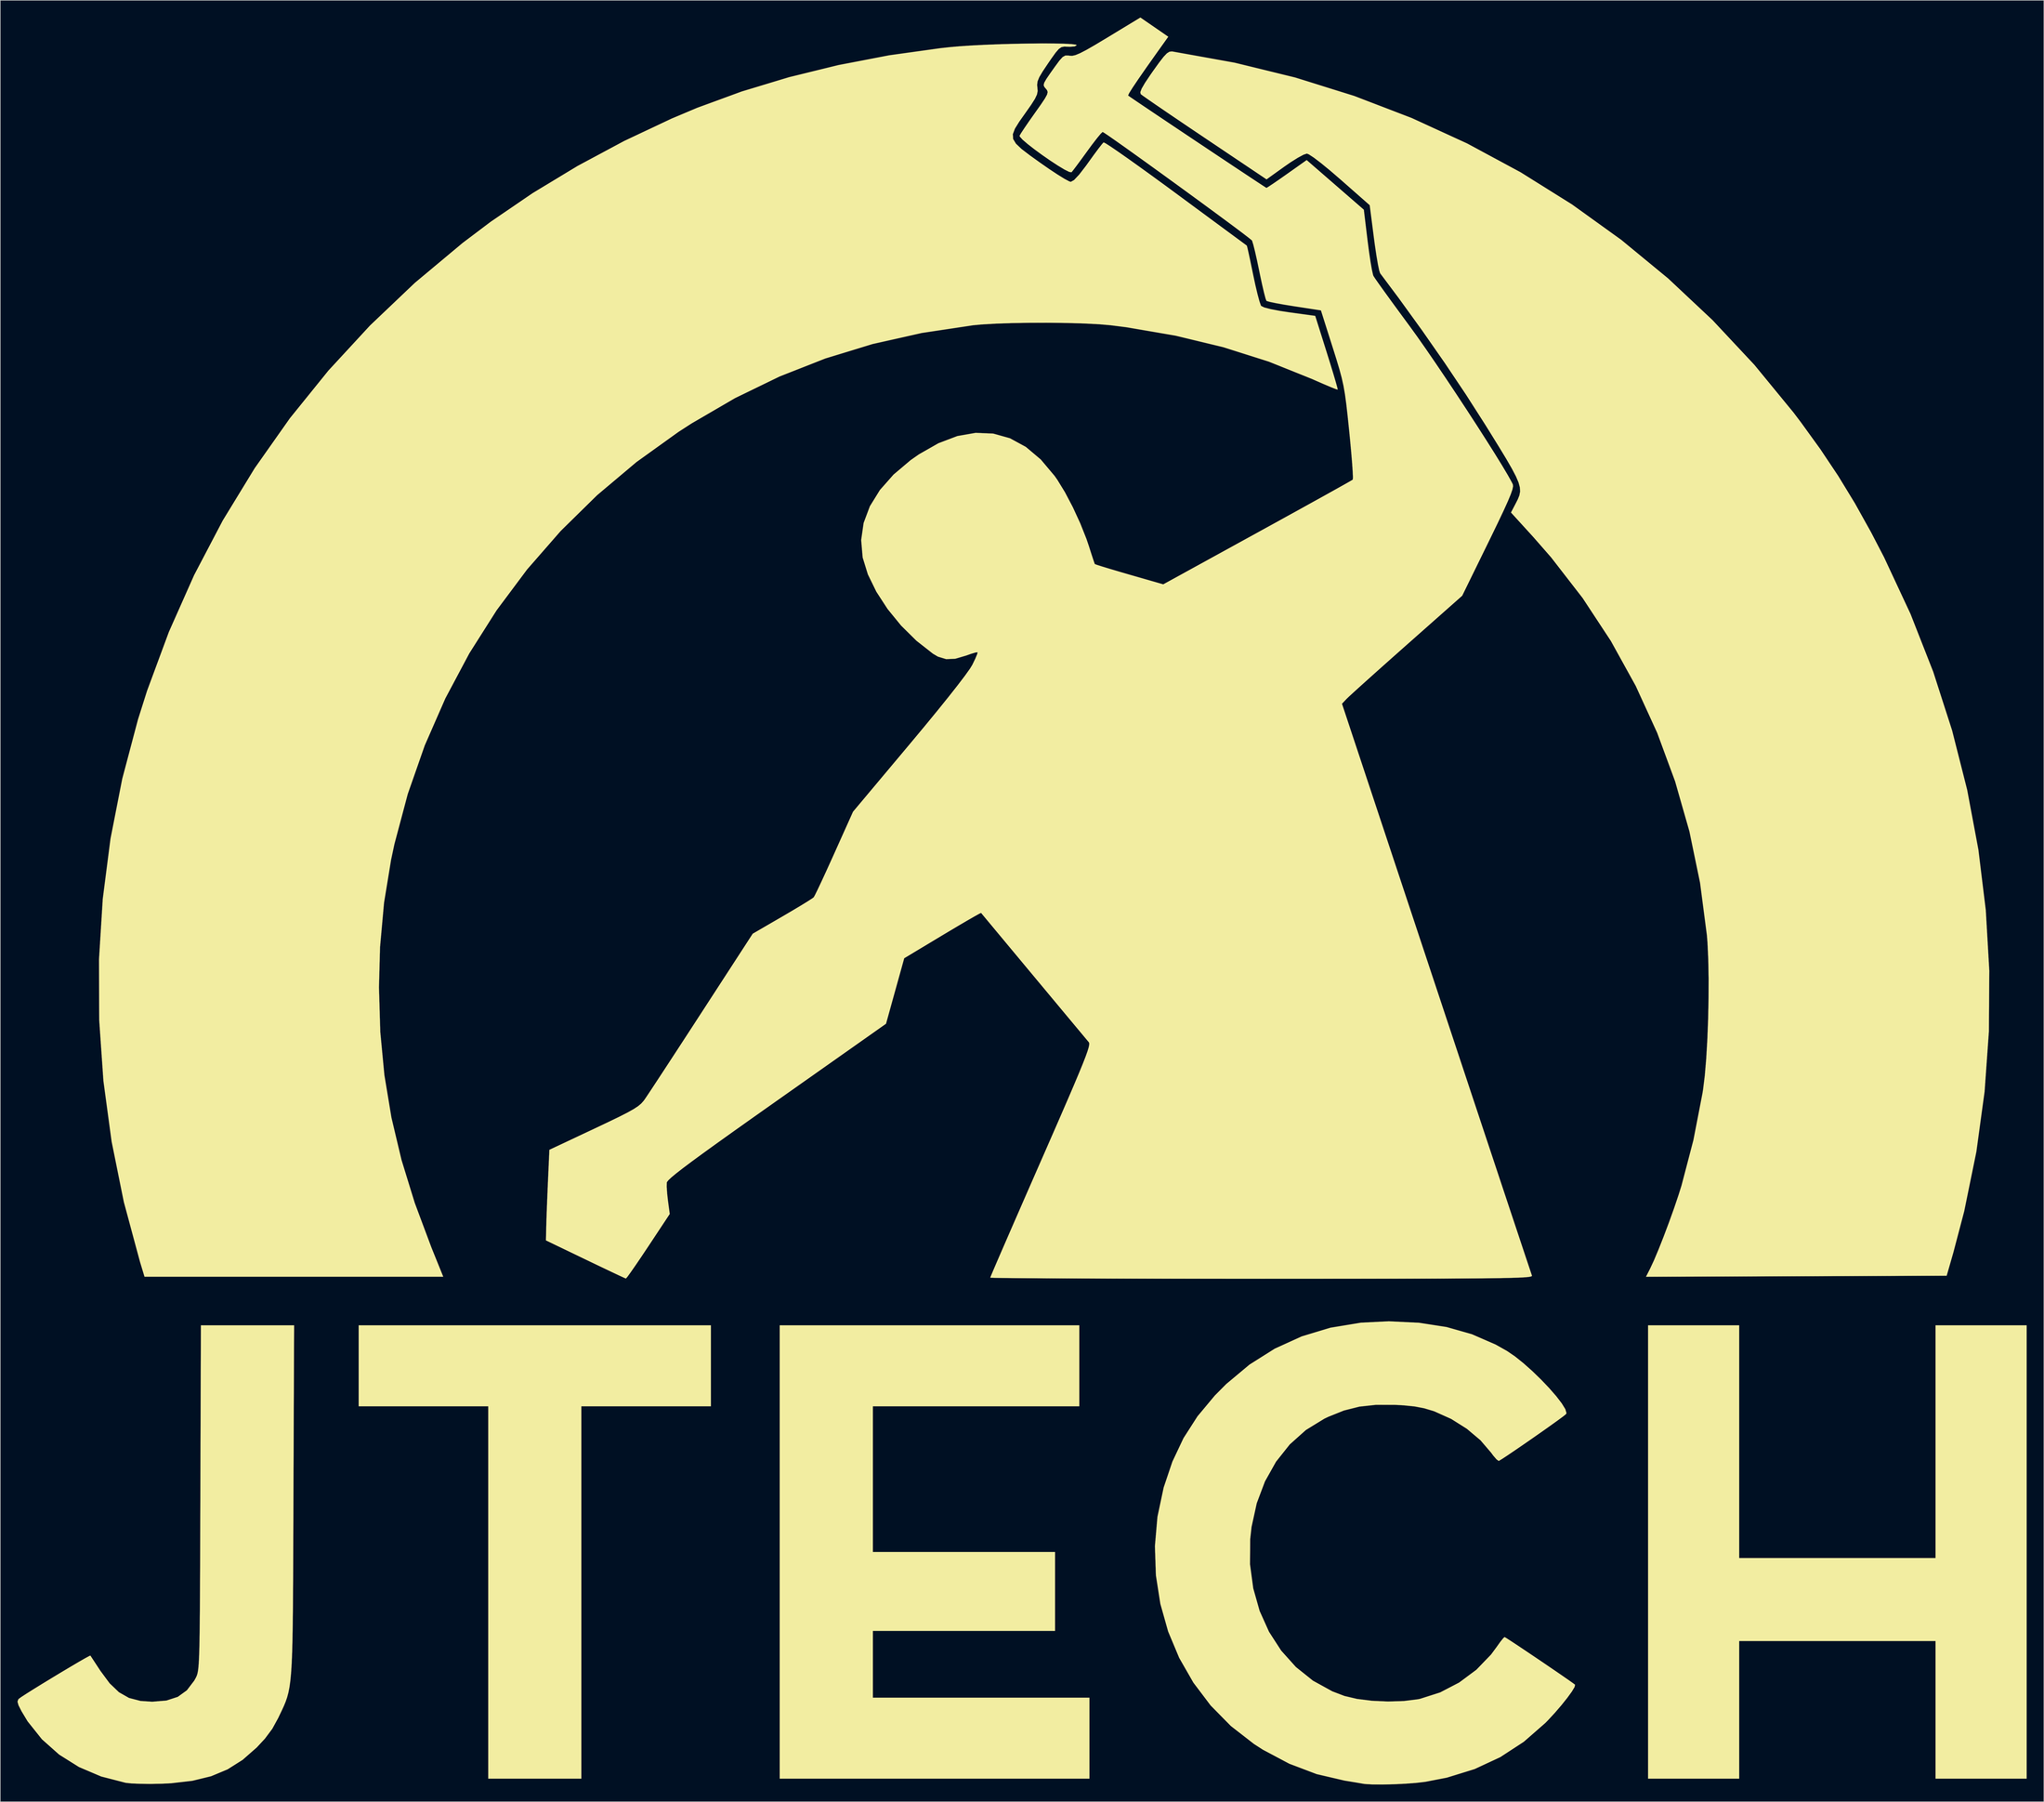
<source format=kicad_pcb>
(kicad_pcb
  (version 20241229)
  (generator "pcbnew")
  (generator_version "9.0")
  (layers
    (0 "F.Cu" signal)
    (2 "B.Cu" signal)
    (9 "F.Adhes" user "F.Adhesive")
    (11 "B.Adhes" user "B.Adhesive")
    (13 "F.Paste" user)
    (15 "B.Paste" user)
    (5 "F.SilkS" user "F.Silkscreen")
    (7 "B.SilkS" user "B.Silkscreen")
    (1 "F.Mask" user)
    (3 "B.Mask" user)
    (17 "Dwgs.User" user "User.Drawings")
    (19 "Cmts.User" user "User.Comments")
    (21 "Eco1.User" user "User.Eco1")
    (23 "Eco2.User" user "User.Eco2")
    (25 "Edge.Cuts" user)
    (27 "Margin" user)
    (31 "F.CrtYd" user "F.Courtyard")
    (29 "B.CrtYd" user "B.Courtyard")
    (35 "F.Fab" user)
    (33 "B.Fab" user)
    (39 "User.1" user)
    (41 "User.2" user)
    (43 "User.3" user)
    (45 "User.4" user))
  (footprint "LOGO"
    (layer "F.Cu")
    (at 176.941 154.592)
    (property "Reference" "LOGO" (at 0 0 0) (layer "F.SilkS") (effects (font (size 1.524 1.524) (thickness 0.3))))
    (attr through_hole)
    (fp_poly (pts (xy -56.092 87.489) (xy -78.669 87.489) (xy -78.669 152.4) (xy -94.897 152.4) (xy -94.897 87.489) (xy -117.475 87.489) (xy -117.475 73.378) (xy -56.092 73.378) (xy -56.092 87.489)) (stroke (width 0.01) (type solid)) (fill yes) (layer "F.SilkS"))
    (fp_poly (pts (xy 8.114 87.489) (xy -27.869 87.489) (xy -27.869 112.889) (xy 3.881 112.889) (xy 3.881 126.647) (xy -27.869 126.647) (xy -27.869 138.289) (xy 9.878 138.289) (xy 9.878 152.4) (xy -44.097 152.4) (xy -44.097 73.378) (xy 8.114 73.378) (xy 8.114 87.489)) (stroke (width 0.01) (type solid)) (fill yes) (layer "F.SilkS"))
    (fp_poly (pts (xy 123.119 113.947) (xy 157.339 113.947) (xy 157.339 73.378) (xy 173.214 73.378) (xy 173.214 152.4) (xy 157.339 152.4) (xy 157.339 128.411) (xy 123.119 128.411) (xy 123.119 152.4) (xy 107.244 152.4) (xy 107.244 73.378) (xy 123.119 73.378) (xy 123.119 113.947)) (stroke (width 0.01) (type solid)) (fill yes) (layer "F.SilkS"))
    (fp_poly (pts (xy -128.851 103.981) (xy -128.871 109.485) (xy -128.89 114.333) (xy -128.91 118.572) (xy -128.935 122.251) (xy -128.969 125.421) (xy -129.014 128.128) (xy -129.075 130.421) (xy -129.155 132.351) (xy -129.257 133.964) (xy -129.384 135.311) (xy -129.54 136.438) (xy -129.729 137.397) (xy -129.953 138.234) (xy -130.217 138.999) (xy -130.523 139.74) (xy -130.875 140.507) (xy -131.277 141.347) (xy -131.5 141.817) (xy -132.53 143.696) (xy -133.817 145.425) (xy -135.255 146.971) (xy -137.703 149.116) (xy -140.319 150.772) (xy -143.208 151.979) (xy -146.477 152.777) (xy -150.23 153.206) (xy -151.871 153.283) (xy -153.772 153.314) (xy -155.576 153.295) (xy -157.082 153.23) (xy -158.09 153.125) (xy -158.104 153.122) (xy -162.354 152.024) (xy -166.229 150.374) (xy -169.685 148.203) (xy -172.681 145.539) (xy -175.174 142.413) (xy -176.243 140.64) (xy -176.763 139.608) (xy -176.936 138.984) (xy -176.801 138.585) (xy -176.694 138.471) (xy -176.257 138.155) (xy -175.354 137.568) (xy -174.096 136.778) (xy -172.591 135.848) (xy -170.946 134.846) (xy -169.272 133.835) (xy -167.676 132.883) (xy -166.267 132.054) (xy -165.154 131.415) (xy -164.444 131.03) (xy -164.241 130.949) (xy -164.027 131.273) (xy -163.519 132.045) (xy -162.811 133.124) (xy -162.486 133.62) (xy -160.88 135.789) (xy -159.264 137.336) (xy -157.512 138.335) (xy -155.499 138.862) (xy -153.458 138.994) (xy -150.986 138.79) (xy -149.006 138.144) (xy -147.424 137.005) (xy -146.144 135.322) (xy -145.927 134.938) (xy -145.794 134.681) (xy -145.676 134.41) (xy -145.575 134.079) (xy -145.487 133.641) (xy -145.412 133.05) (xy -145.348 132.26) (xy -145.295 131.225) (xy -145.25 129.898) (xy -145.214 128.233) (xy -145.184 126.185) (xy -145.159 123.707) (xy -145.138 120.752) (xy -145.12 117.275) (xy -145.104 113.229) (xy -145.087 108.569) (xy -145.07 103.452) (xy -144.973 73.378) (xy -128.735 73.378) (xy -128.851 103.981)) (stroke (width 0.01) (type solid)) (fill yes) (layer "F.SilkS"))
    (fp_poly (pts (xy 24.342 -148.663) (xy 35.17 -146.716) (xy 45.742 -144.128) (xy 56.035 -140.91) (xy 66.028 -137.075) (xy 75.7 -132.637) (xy 85.028 -127.607) (xy 93.992 -121.999) (xy 102.57 -115.826) (xy 110.74 -109.099) (xy 118.48 -101.832) (xy 125.77 -94.038) (xy 132.587 -85.729) (xy 133.842 -84.074) (xy 137.273 -79.329) (xy 140.377 -74.68) (xy 143.281 -69.92) (xy 146.112 -64.842) (xy 148.366 -60.501) (xy 152.981 -50.612) (xy 156.936 -40.537) (xy 160.228 -30.307) (xy 162.854 -19.953) (xy 164.811 -9.504) (xy 166.096 1.01) (xy 166.706 11.558) (xy 166.638 22.11) (xy 165.889 32.637) (xy 164.456 43.108) (xy 162.336 53.492) (xy 160.446 60.678) (xy 159.279 64.735) (xy 133.077 64.825) (xy 106.875 64.916) (xy 107.606 63.483) (xy 108.266 62.067) (xy 109.075 60.143) (xy 109.97 57.876) (xy 110.89 55.432) (xy 111.771 52.975) (xy 112.551 50.671) (xy 113.07 49.021) (xy 115.146 41.096) (xy 116.732 32.894) (xy 116.829 32.279) (xy 117.128 29.875) (xy 117.377 26.925) (xy 117.572 23.59) (xy 117.709 20.029) (xy 117.785 16.4) (xy 117.794 12.863) (xy 117.734 9.578) (xy 117.601 6.702) (xy 117.498 5.386) (xy 116.302 -3.762) (xy 114.449 -12.715) (xy 111.954 -21.439) (xy 108.831 -29.903) (xy 105.094 -38.072) (xy 100.757 -45.915) (xy 95.836 -53.396) (xy 90.344 -60.485) (xy 87.226 -64.05) (xy 83.349 -68.304) (xy 84.168 -69.871) (xy 84.546 -70.618) (xy 84.813 -71.287) (xy 84.941 -71.948) (xy 84.902 -72.674) (xy 84.668 -73.537) (xy 84.211 -74.609) (xy 83.504 -75.961) (xy 82.519 -77.667) (xy 81.228 -79.796) (xy 79.602 -82.423) (xy 78.822 -83.677) (xy 75.508 -88.857) (xy 71.815 -94.369) (xy 67.861 -100.042) (xy 63.764 -105.707) (xy 60.548 -110.007) (xy 60.384 -110.502) (xy 60.162 -111.569) (xy 59.903 -113.078) (xy 59.631 -114.9) (xy 59.46 -116.177) (xy 58.728 -121.877) (xy 53.618 -126.372) (xy 51.804 -127.933) (xy 50.236 -129.217) (xy 48.984 -130.17) (xy 48.12 -130.736) (xy 47.766 -130.873) (xy 47.187 -130.678) (xy 46.196 -130.144) (xy 44.945 -129.359) (xy 43.886 -128.629) (xy 40.746 -126.377) (xy 29.986 -133.601) (xy 27.519 -135.261) (xy 25.229 -136.809) (xy 23.184 -138.197) (xy 21.453 -139.381) (xy 20.104 -140.312) (xy 19.204 -140.944) (xy 18.822 -141.232) (xy 18.822 -141.233) (xy 18.749 -141.566) (xy 18.983 -142.193) (xy 19.563 -143.191) (xy 20.531 -144.635) (xy 20.938 -145.217) (xy 22.023 -146.73) (xy 22.808 -147.742) (xy 23.381 -148.344) (xy 23.832 -148.625) (xy 24.249 -148.674) (xy 24.342 -148.663)) (stroke (width 0.01) (type solid)) (fill yes) (layer "F.SilkS"))
    (fp_poly (pts (xy 67.309 72.931) (xy 72.121 73.679) (xy 76.55 74.94) (xy 80.664 76.732) (xy 82.667 77.857) (xy 84.032 78.791) (xy 85.528 79.989) (xy 87.075 81.367) (xy 88.595 82.84) (xy 90.007 84.324) (xy 91.235 85.734) (xy 92.197 86.985) (xy 92.817 87.993) (xy 93.015 88.673) (xy 92.932 88.863) (xy 92.428 89.265) (xy 91.489 89.957) (xy 90.225 90.865) (xy 88.742 91.914) (xy 87.147 93.03) (xy 85.549 94.137) (xy 84.055 95.161) (xy 82.773 96.027) (xy 81.81 96.66) (xy 81.273 96.986) (xy 81.204 97.014) (xy 80.832 96.747) (xy 80.246 96.069) (xy 79.9 95.597) (xy 78.045 93.425) (xy 75.662 91.415) (xy 72.928 89.693) (xy 70.018 88.388) (xy 69.808 88.314) (xy 68.213 87.837) (xy 66.564 87.519) (xy 64.613 87.321) (xy 63.147 87.241) (xy 59.83 87.233) (xy 56.935 87.548) (xy 54.237 88.228) (xy 51.51 89.319) (xy 50.812 89.654) (xy 47.612 91.617) (xy 44.796 94.134) (xy 42.403 97.143) (xy 40.47 100.584) (xy 39.034 104.395) (xy 38.132 108.516) (xy 37.892 110.683) (xy 37.864 115.046) (xy 38.425 119.227) (xy 39.541 123.166) (xy 41.176 126.804) (xy 43.295 130.083) (xy 45.862 132.944) (xy 48.843 135.329) (xy 52.202 137.18) (xy 54.328 137.991) (xy 56.507 138.506) (xy 59.12 138.832) (xy 61.919 138.958) (xy 64.657 138.875) (xy 67.085 138.574) (xy 67.527 138.483) (xy 71.007 137.368) (xy 74.315 135.649) (xy 77.314 133.422) (xy 79.866 130.778) (xy 80.829 129.48) (xy 81.492 128.548) (xy 82.006 127.908) (xy 82.227 127.715) (xy 82.549 127.901) (xy 83.346 128.415) (xy 84.513 129.186) (xy 85.946 130.143) (xy 87.537 131.214) (xy 89.183 132.327) (xy 90.776 133.412) (xy 92.213 134.398) (xy 93.387 135.211) (xy 94.192 135.782) (xy 94.515 136.029) (xy 94.439 136.415) (xy 93.965 137.205) (xy 93.178 138.291) (xy 92.165 139.561) (xy 91.01 140.907) (xy 89.798 142.219) (xy 89.333 142.693) (xy 85.587 145.967) (xy 81.49 148.641) (xy 77.025 150.723) (xy 72.169 152.225) (xy 68.44 152.949) (xy 66.865 153.134) (xy 64.969 153.278) (xy 62.938 153.375) (xy 60.961 153.42) (xy 59.224 153.408) (xy 57.915 153.332) (xy 57.503 153.273) (xy 56.912 153.168) (xy 55.841 152.989) (xy 54.509 152.77) (xy 54.328 152.741) (xy 49.486 151.608) (xy 44.725 149.805) (xy 40.132 147.367) (xy 38.546 146.346) (xy 34.527 143.222) (xy 31.006 139.642) (xy 27.999 135.663) (xy 25.525 131.346) (xy 23.601 126.75) (xy 22.242 121.934) (xy 21.468 116.957) (xy 21.294 111.879) (xy 21.737 106.76) (xy 22.816 101.657) (xy 24.341 97.137) (xy 26.28 93.037) (xy 28.715 89.239) (xy 31.729 85.626) (xy 33.733 83.608) (xy 37.786 80.22) (xy 42.173 77.452) (xy 46.879 75.308) (xy 51.887 73.795) (xy 57.183 72.919) (xy 62.047 72.679) (xy 67.309 72.931)) (stroke (width 0.01) (type solid)) (fill yes) (layer "F.SilkS"))
    (fp_poly (pts (xy 3.752 -150.058) (xy 5.482 -150.019) (xy 6.769 -149.95) (xy 7.518 -149.848) (xy 7.668 -149.754) (xy 7.301 -149.555) (xy 6.484 -149.487) (xy 6.156 -149.5) (xy 5.504 -149.526) (xy 5.006 -149.431) (xy 4.542 -149.114) (xy 3.989 -148.473) (xy 3.226 -147.408) (xy 2.669 -146.598) (xy 1.724 -145.186) (xy 1.135 -144.188) (xy 0.837 -143.454) (xy 0.762 -142.832) (xy 0.809 -142.374) (xy 0.855 -141.768) (xy 0.735 -141.164) (xy 0.383 -140.42) (xy -0.267 -139.395) (xy -1.26 -137.98) (xy -2.359 -136.426) (xy -3.107 -135.221) (xy -3.471 -134.254) (xy -3.421 -133.413) (xy -2.923 -132.586) (xy -1.946 -131.662) (xy -0.459 -130.527) (xy 1.214 -129.327) (xy 2.846 -128.19) (xy 4.319 -127.215) (xy 5.522 -126.473) (xy 6.344 -126.033) (xy 6.627 -125.942) (xy 7.196 -126.255) (xy 8.084 -127.193) (xy 9.286 -128.753) (xy 9.669 -129.286) (xy 10.631 -130.624) (xy 11.462 -131.741) (xy 12.068 -132.516) (xy 12.349 -132.822) (xy 12.688 -132.659) (xy 13.534 -132.117) (xy 14.827 -131.236) (xy 16.507 -130.06) (xy 18.515 -128.629) (xy 20.792 -126.985) (xy 23.278 -125.172) (xy 24.938 -123.951) (xy 27.52 -122.046) (xy 29.922 -120.274) (xy 32.085 -118.678) (xy 33.951 -117.302) (xy 35.461 -116.189) (xy 36.558 -115.381) (xy 37.182 -114.921) (xy 37.306 -114.83) (xy 37.403 -114.483) (xy 37.611 -113.567) (xy 37.903 -112.207) (xy 38.251 -110.527) (xy 38.403 -109.781) (xy 38.791 -107.96) (xy 39.17 -106.366) (xy 39.502 -105.137) (xy 39.753 -104.414) (xy 39.816 -104.304) (xy 40.344 -104.045) (xy 41.477 -103.75) (xy 43.116 -103.441) (xy 44.724 -103.198) (xy 49.227 -102.58) (xy 51.238 -96.2) (xy 51.86 -94.204) (xy 52.394 -92.453) (xy 52.807 -91.053) (xy 53.07 -90.108) (xy 53.151 -89.724) (xy 53.15 -89.721) (xy 52.81 -89.821) (xy 51.949 -90.163) (xy 50.685 -90.697) (xy 49.138 -91.375) (xy 48.662 -91.587) (xy 41.164 -94.595) (xy 33.223 -97.115) (xy 24.926 -99.122) (xy 16.363 -100.595) (xy 13.582 -100.949) (xy 11.542 -101.126) (xy 8.96 -101.257) (xy 5.995 -101.343) (xy 2.81 -101.383) (xy -0.436 -101.377) (xy -3.581 -101.326) (xy -6.466 -101.228) (xy -8.927 -101.086) (xy -10.407 -100.948) (xy -19.351 -99.597) (xy -27.914 -97.673) (xy -36.152 -95.153) (xy -44.12 -92.019) (xy -51.875 -88.251) (xy -59.473 -83.826) (xy -61.736 -82.364) (xy -69.061 -77.105) (xy -75.915 -71.335) (xy -82.276 -65.084) (xy -88.124 -58.384) (xy -93.437 -51.266) (xy -98.195 -43.761) (xy -102.377 -35.901) (xy -105.961 -27.716) (xy -108.926 -19.239) (xy -111.252 -10.501) (xy -111.837 -7.761) (xy -113.059 -0.283) (xy -113.756 7.437) (xy -113.947 14.464) (xy -113.714 22.24) (xy -112.998 29.764) (xy -111.775 37.158) (xy -110.02 44.544) (xy -107.708 52.046) (xy -104.815 59.785) (xy -104.801 59.82) (xy -102.742 64.911) (xy -154.801 64.911) (xy -155.579 62.353) (xy -158.404 51.883) (xy -160.533 41.352) (xy -161.964 30.782) (xy -162.699 20.194) (xy -162.737 9.611) (xy -162.08 -0.946) (xy -160.726 -11.457) (xy -158.677 -21.899) (xy -155.933 -32.25) (xy -154.356 -37.218) (xy -150.556 -47.487) (xy -146.158 -57.386) (xy -141.169 -66.903) (xy -135.6 -76.026) (xy -129.459 -84.742) (xy -122.755 -93.04) (xy -115.497 -100.906) (xy -107.694 -108.329) (xy -99.355 -115.296) (xy -94.447 -119) (xy -87.147 -123.984) (xy -79.34 -128.707) (xy -71.205 -133.07) (xy -62.922 -136.975) (xy -58.471 -138.85) (xy -50.711 -141.696) (xy -42.458 -144.191) (xy -33.847 -146.303) (xy -25.013 -148) (xy -16.095 -149.247) (xy -14.464 -149.425) (xy -12.661 -149.582) (xy -10.53 -149.72) (xy -8.167 -149.837) (xy -5.669 -149.932) (xy -3.132 -150.002) (xy -0.651 -150.048) (xy 1.675 -150.067) (xy 3.752 -150.058)) (stroke (width 0.01) (type solid)) (fill yes) (layer "F.SilkS"))
    (fp_poly (pts (xy 21.189 -152.914) (xy 23.617 -151.24) (xy 21.704 -148.557) (xy 19.854 -145.944) (xy 18.417 -143.877) (xy 17.397 -142.36) (xy 16.796 -141.397) (xy 16.616 -140.992) (xy 16.623 -140.981) (xy 17.034 -140.693) (xy 17.941 -140.075) (xy 19.268 -139.178) (xy 20.942 -138.053) (xy 22.885 -136.748) (xy 25.024 -135.316) (xy 27.283 -133.805) (xy 29.587 -132.266) (xy 31.862 -130.748) (xy 34.031 -129.303) (xy 36.02 -127.981) (xy 37.754 -126.83) (xy 39.158 -125.902) (xy 40.156 -125.247) (xy 40.673 -124.915) (xy 40.729 -124.883) (xy 41.06 -125.075) (xy 41.848 -125.597) (xy 42.973 -126.37) (xy 44.312 -127.309) (xy 47.74 -129.735) (xy 52.721 -125.412) (xy 57.701 -121.088) (xy 58.356 -115.666) (xy 58.607 -113.736) (xy 58.862 -112.014) (xy 59.1 -110.64) (xy 59.297 -109.757) (xy 59.372 -109.542) (xy 59.67 -109.084) (xy 60.332 -108.14) (xy 61.3 -106.787) (xy 62.518 -105.107) (xy 63.927 -103.179) (xy 65.472 -101.081) (xy 65.706 -100.763) (xy 67.005 -98.967) (xy 68.515 -96.812) (xy 70.183 -94.382) (xy 71.954 -91.759) (xy 73.776 -89.023) (xy 75.596 -86.257) (xy 77.36 -83.542) (xy 79.014 -80.96) (xy 80.507 -78.594) (xy 81.783 -76.524) (xy 82.79 -74.832) (xy 83.475 -73.602) (xy 83.671 -73.204) (xy 83.712 -72.875) (xy 83.599 -72.318) (xy 83.306 -71.471) (xy 82.805 -70.269) (xy 82.069 -68.647) (xy 81.072 -66.542) (xy 79.786 -63.89) (xy 79.421 -63.143) (xy 74.844 -53.799) (xy 65.162 -45.228) (xy 62.916 -43.237) (xy 60.812 -41.363) (xy 58.913 -39.665) (xy 57.285 -38.202) (xy 55.994 -37.032) (xy 55.103 -36.214) (xy 54.686 -35.812) (xy 53.892 -34.967) (xy 70.342 14.602) (xy 72.239 20.317) (xy 74.077 25.853) (xy 75.843 31.173) (xy 77.525 36.239) (xy 79.111 41.013) (xy 80.589 45.459) (xy 81.944 49.539) (xy 83.167 53.215) (xy 84.243 56.45) (xy 85.161 59.207) (xy 85.907 61.449) (xy 86.471 63.137) (xy 86.838 64.235) (xy 86.997 64.705) (xy 87.002 64.717) (xy 86.982 64.796) (xy 86.837 64.866) (xy 86.532 64.929) (xy 86.033 64.985) (xy 85.305 65.035) (xy 84.316 65.078) (xy 83.03 65.116) (xy 81.412 65.148) (xy 79.43 65.176) (xy 77.048 65.199) (xy 74.233 65.217) (xy 70.95 65.232) (xy 67.165 65.243) (xy 62.843 65.252) (xy 57.951 65.258) (xy 52.455 65.261) (xy 46.319 65.263) (xy 39.902 65.264) (xy 34.185 65.262) (xy 28.666 65.258) (xy 23.386 65.252) (xy 18.385 65.242) (xy 13.703 65.231) (xy 9.383 65.218) (xy 5.464 65.202) (xy 1.987 65.185) (xy -1.007 65.167) (xy -3.477 65.146) (xy -5.382 65.125) (xy -6.682 65.103) (xy -7.336 65.08) (xy -7.408 65.069) (xy -7.27 64.72) (xy -6.873 63.781) (xy -6.239 62.307) (xy -5.394 60.353) (xy -4.361 57.975) (xy -3.165 55.229) (xy -1.829 52.169) (xy -0.379 48.852) (xy 1.163 45.333) (xy 1.424 44.738) (xy 3.246 40.58) (xy 4.799 37.019) (xy 6.104 34.01) (xy 7.178 31.505) (xy 8.041 29.457) (xy 8.711 27.82) (xy 9.208 26.547) (xy 9.55 25.591) (xy 9.756 24.906) (xy 9.844 24.444) (xy 9.835 24.158) (xy 9.773 24.031) (xy 9.434 23.626) (xy 8.716 22.765) (xy 7.675 21.518) (xy 6.37 19.952) (xy 4.858 18.138) (xy 3.197 16.144) (xy 1.445 14.041) (xy -0.342 11.896) (xy -2.105 9.779) (xy -3.786 7.76) (xy -5.329 5.907) (xy -6.675 4.29) (xy -7.766 2.978) (xy -8.546 2.04) (xy -8.957 1.545) (xy -9.006 1.485) (xy -9.316 1.629) (xy -10.142 2.088) (xy -11.398 2.811) (xy -12.995 3.748) (xy -14.846 4.849) (xy -15.742 5.386) (xy -22.401 9.389) (xy -25.576 20.81) (xy -44.626 34.244) (xy -48.599 37.05) (xy -52.024 39.481) (xy -54.936 41.561) (xy -57.367 43.315) (xy -59.352 44.769) (xy -60.924 45.947) (xy -62.116 46.875) (xy -62.963 47.577) (xy -63.497 48.078) (xy -63.752 48.403) (xy -63.784 48.496) (xy -63.795 49.266) (xy -63.714 50.458) (xy -63.58 51.642) (xy -63.268 53.971) (xy -67 59.609) (xy -68.168 61.358) (xy -69.204 62.885) (xy -70.047 64.097) (xy -70.634 64.907) (xy -70.903 65.223) (xy -70.908 65.224) (xy -71.264 65.071) (xy -72.161 64.656) (xy -73.503 64.022) (xy -75.198 63.216) (xy -77.149 62.281) (xy -77.964 61.889) (xy -84.843 58.576) (xy -84.79 56.188) (xy -84.755 54.965) (xy -84.694 53.238) (xy -84.614 51.204) (xy -84.525 49.063) (xy -84.491 48.294) (xy -84.244 42.789) (xy -76.454 39.122) (xy -73.978 37.949) (xy -72.059 37.019) (xy -70.612 36.281) (xy -69.551 35.687) (xy -68.791 35.187) (xy -68.248 34.732) (xy -67.834 34.271) (xy -67.644 34.016) (xy -67.245 33.427) (xy -66.505 32.313) (xy -65.469 30.74) (xy -64.181 28.775) (xy -62.683 26.483) (xy -61.02 23.933) (xy -59.236 21.191) (xy -57.713 18.846) (xy -48.801 5.115) (xy -43.638 2.117) (xy -41.909 1.103) (xy -40.389 0.193) (xy -39.186 -0.548) (xy -38.407 -1.052) (xy -38.167 -1.235) (xy -37.939 -1.647) (xy -37.469 -2.607) (xy -36.804 -4.019) (xy -35.988 -5.784) (xy -35.068 -7.808) (xy -34.59 -8.868) (xy -31.321 -16.148) (xy -21.449 -27.918) (xy -18.936 -30.934) (xy -16.68 -33.681) (xy -14.716 -36.116) (xy -13.08 -38.193) (xy -11.807 -39.867) (xy -10.932 -41.093) (xy -10.528 -41.752) (xy -10.013 -42.82) (xy -9.684 -43.611) (xy -9.611 -43.948) (xy -9.985 -43.906) (xy -10.809 -43.659) (xy -11.578 -43.383) (xy -13.497 -42.815) (xy -15.086 -42.745) (xy -16.524 -43.183) (xy -17.405 -43.705) (xy -20.286 -45.968) (xy -22.947 -48.602) (xy -25.3 -51.486) (xy -27.257 -54.498) (xy -28.73 -57.517) (xy -29.629 -60.422) (xy -29.644 -60.494) (xy -29.902 -63.502) (xy -29.474 -66.483) (xy -28.379 -69.402) (xy -26.635 -72.223) (xy -24.262 -74.912) (xy -21.278 -77.435) (xy -19.853 -78.432) (xy -16.441 -80.379) (xy -13.134 -81.631) (xy -9.945 -82.19) (xy -6.885 -82.059) (xy -3.967 -81.241) (xy -1.204 -79.737) (xy 1.391 -77.551) (xy 3.806 -74.683) (xy 4.284 -74.002) (xy 5.618 -71.828) (xy 6.987 -69.219) (xy 8.273 -66.428) (xy 9.355 -63.706) (xy 9.773 -62.477) (xy 10.206 -61.123) (xy 10.557 -60.051) (xy 10.774 -59.418) (xy 10.814 -59.318) (xy 11.162 -59.184) (xy 12.078 -58.891) (xy 13.451 -58.473) (xy 15.17 -57.964) (xy 16.818 -57.485) (xy 22.742 -55.778) (xy 39.152 -64.798) (xy 42.282 -66.52) (xy 45.224 -68.143) (xy 47.921 -69.634) (xy 50.315 -70.961) (xy 52.347 -72.091) (xy 53.961 -72.994) (xy 55.098 -73.636) (xy 55.699 -73.986) (xy 55.78 -74.039) (xy 55.808 -74.438) (xy 55.766 -75.438) (xy 55.663 -76.937) (xy 55.505 -78.837) (xy 55.301 -81.034) (xy 55.16 -82.45) (xy 54.884 -85.1) (xy 54.646 -87.204) (xy 54.414 -88.916) (xy 54.159 -90.393) (xy 53.849 -91.789) (xy 53.454 -93.261) (xy 52.942 -94.964) (xy 52.285 -97.054) (xy 52.273 -97.09) (xy 50.225 -103.54) (xy 45.601 -104.246) (xy 43.868 -104.526) (xy 42.392 -104.793) (xy 41.31 -105.02) (xy 40.762 -105.181) (xy 40.728 -105.203) (xy 40.573 -105.621) (xy 40.315 -106.603) (xy 39.985 -108.018) (xy 39.615 -109.735) (xy 39.463 -110.48) (xy 39.084 -112.281) (xy 38.733 -113.831) (xy 38.439 -114.999) (xy 38.235 -115.657) (xy 38.185 -115.748) (xy 37.664 -116.175) (xy 36.672 -116.939) (xy 35.277 -117.988) (xy 33.549 -119.272) (xy 31.559 -120.74) (xy 29.375 -122.343) (xy 27.067 -124.03) (xy 24.704 -125.749) (xy 22.356 -127.451) (xy 20.092 -129.086) (xy 17.982 -130.602) (xy 16.095 -131.949) (xy 14.501 -133.077) (xy 13.27 -133.935) (xy 12.47 -134.474) (xy 12.173 -134.642) (xy 11.838 -134.325) (xy 11.194 -133.55) (xy 10.336 -132.437) (xy 9.456 -131.239) (xy 8.484 -129.9) (xy 7.643 -128.761) (xy 7.029 -127.952) (xy 6.753 -127.615) (xy 6.354 -127.677) (xy 5.523 -128.094) (xy 4.381 -128.781) (xy 3.049 -129.653) (xy 1.647 -130.626) (xy 0.296 -131.615) (xy -0.885 -132.535) (xy -1.774 -133.3) (xy -2.251 -133.827) (xy -2.295 -133.982) (xy -2.034 -134.434) (xy -1.445 -135.328) (xy -0.616 -136.537) (xy 0.367 -137.931) (xy 0.39 -137.964) (xy 1.438 -139.444) (xy 2.121 -140.467) (xy 2.492 -141.144) (xy 2.601 -141.588) (xy 2.499 -141.912) (xy 2.304 -142.157) (xy 2.02 -142.491) (xy 1.902 -142.803) (xy 1.999 -143.217) (xy 2.363 -143.86) (xy 3.043 -144.856) (xy 3.832 -145.968) (xy 4.645 -147.075) (xy 5.216 -147.702) (xy 5.69 -147.961) (xy 6.213 -147.961) (xy 6.408 -147.926) (xy 6.867 -147.903) (xy 7.45 -148.035) (xy 8.248 -148.367) (xy 9.353 -148.942) (xy 10.858 -149.805) (xy 12.854 -151.001) (xy 13.104 -151.153) (xy 18.762 -154.587) (xy 21.189 -152.914)) (stroke (width 0.01) (type solid)) (fill yes) (layer "F.SilkS")))
  (gr_rect
    (start -3 -3)
    (end 353.16 311.017)
    (stroke (width 0.1) (type default))
    (fill no)
    (layer "Edge.Cuts")))
</source>
